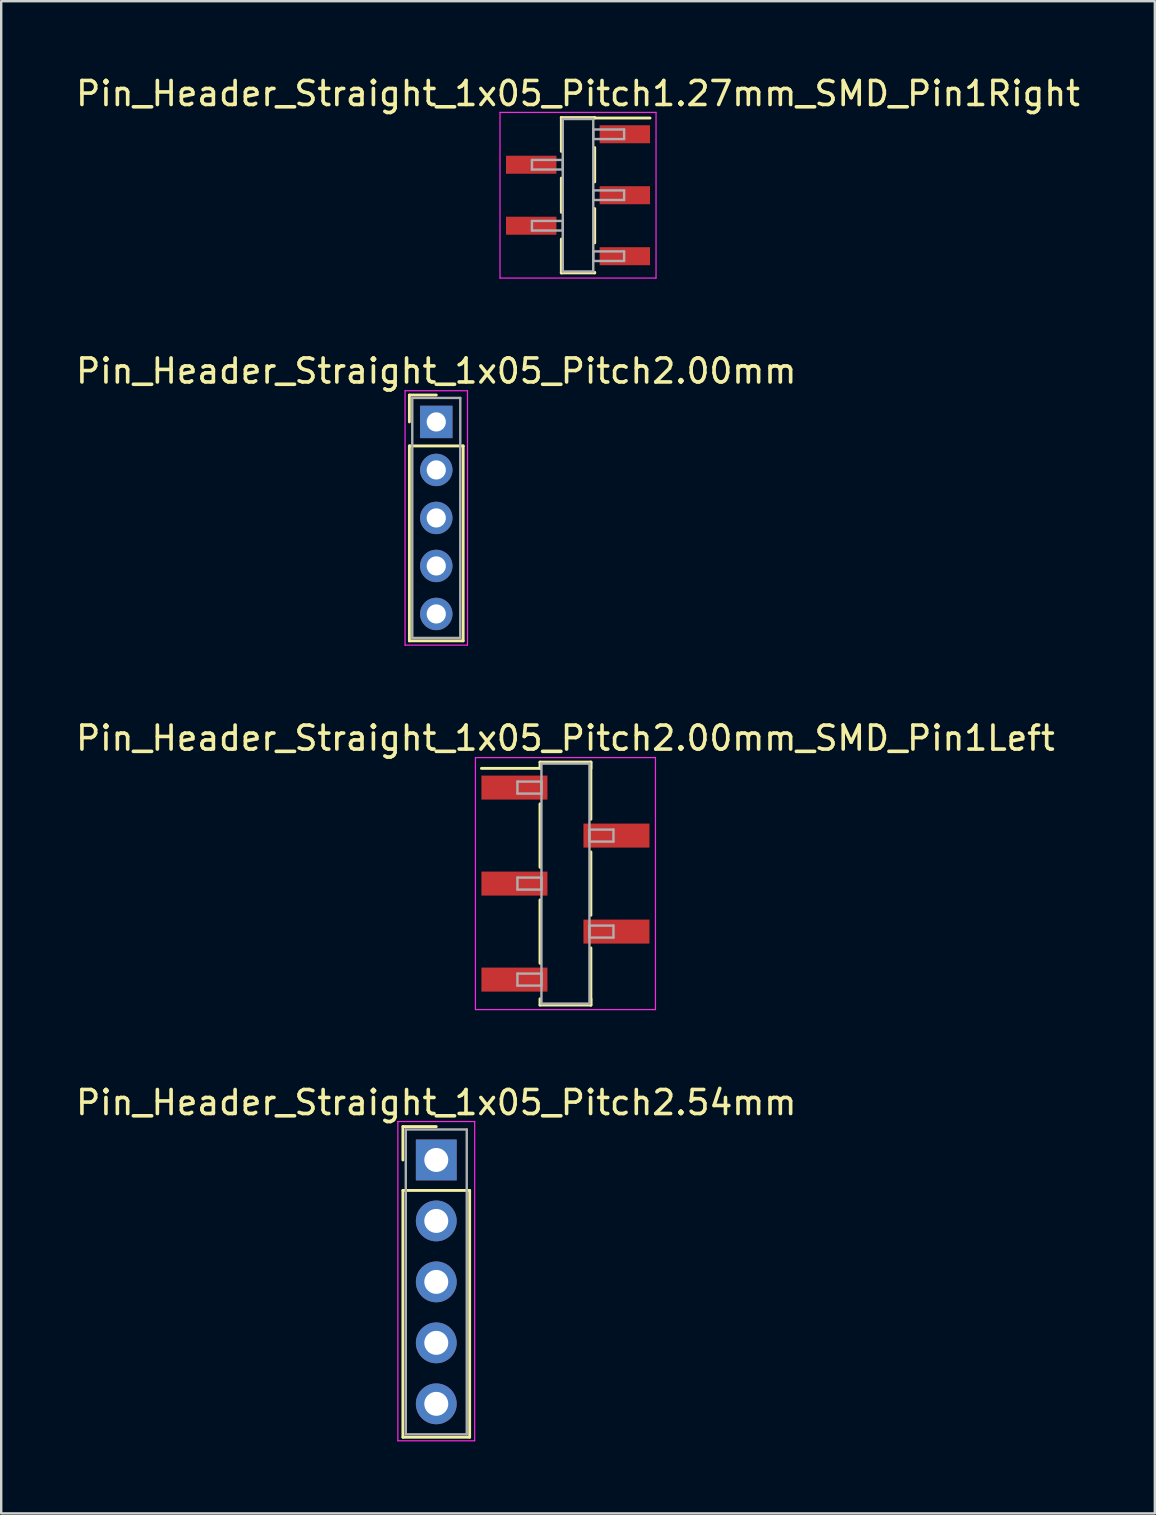
<source format=kicad_pcb>
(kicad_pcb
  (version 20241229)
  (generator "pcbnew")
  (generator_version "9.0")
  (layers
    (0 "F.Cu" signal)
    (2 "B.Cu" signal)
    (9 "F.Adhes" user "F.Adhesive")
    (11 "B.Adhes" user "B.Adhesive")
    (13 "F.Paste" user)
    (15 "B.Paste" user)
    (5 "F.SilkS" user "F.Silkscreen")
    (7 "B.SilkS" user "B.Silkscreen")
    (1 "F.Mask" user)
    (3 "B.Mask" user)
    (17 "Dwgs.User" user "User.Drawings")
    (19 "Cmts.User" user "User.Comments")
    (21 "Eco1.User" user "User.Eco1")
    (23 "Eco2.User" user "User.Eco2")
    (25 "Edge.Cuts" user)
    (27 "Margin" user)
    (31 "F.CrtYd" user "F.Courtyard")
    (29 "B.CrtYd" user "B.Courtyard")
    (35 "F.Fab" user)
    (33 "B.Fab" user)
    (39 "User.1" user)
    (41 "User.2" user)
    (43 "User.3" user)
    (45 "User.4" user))
  (footprint "Pin_Header_Straight_1x05_Pitch2.00mm_SMD_Pin1Left"
    (layer "F.Cu")
    (at 20.506 33.76)
    (property "Reference" "Pin_Header_Straight_1x05_Pitch2.00mm_SMD_Pin1Left" (at 0 -6.06 0) (layer "F.SilkS") (effects (font (size 1 1) (thickness 0.15))))
    (attr smd)
    (fp_line (start -1.06 -5.06) (end 1.06 -5.06) (stroke (width 0.12) (type solid)) (layer "F.SilkS"))
    (fp_line (start -1.06 -4.8) (end -3.5 -4.8) (stroke (width 0.12) (type solid)) (layer "F.SilkS"))
    (fp_line (start -1.06 -4.8) (end -1.06 -5.06) (stroke (width 0.12) (type solid)) (layer "F.SilkS"))
    (fp_line (start -1.06 -3.32) (end -1.06 -0.68) (stroke (width 0.12) (type solid)) (layer "F.SilkS"))
    (fp_line (start -1.06 0.68) (end -1.06 3.32) (stroke (width 0.12) (type solid)) (layer "F.SilkS"))
    (fp_line (start -1.06 4.8) (end -1.06 5.06) (stroke (width 0.12) (type solid)) (layer "F.SilkS"))
    (fp_line (start -1.06 5.06) (end 1.06 5.06) (stroke (width 0.12) (type solid)) (layer "F.SilkS"))
    (fp_line (start 1.06 -5.06) (end 1.06 -4.8) (stroke (width 0.12) (type solid)) (layer "F.SilkS"))
    (fp_line (start 1.06 -5.06) (end 1.06 -2.68) (stroke (width 0.12) (type solid)) (layer "F.SilkS"))
    (fp_line (start 1.06 -1.32) (end 1.06 1.32) (stroke (width 0.12) (type solid)) (layer "F.SilkS"))
    (fp_line (start 1.06 2.68) (end 1.06 5.06) (stroke (width 0.12) (type solid)) (layer "F.SilkS"))
    (fp_line (start 1.06 5.06) (end 1.06 4.8) (stroke (width 0.12) (type solid)) (layer "F.SilkS"))
    (fp_line (start -3.75 -5.25) (end -3.75 5.25) (stroke (width 0.05) (type solid)) (layer "F.CrtYd"))
    (fp_line (start -3.75 5.25) (end 3.75 5.25) (stroke (width 0.05) (type solid)) (layer "F.CrtYd"))
    (fp_line (start 3.75 -5.25) (end -3.75 -5.25) (stroke (width 0.05) (type solid)) (layer "F.CrtYd"))
    (fp_line (start 3.75 5.25) (end 3.75 -5.25) (stroke (width 0.05) (type solid)) (layer "F.CrtYd"))
    (fp_line (start -2 -4.25) (end -1 -4.25) (stroke (width 0.1) (type solid)) (layer "F.Fab"))
    (fp_line (start -2 -3.75) (end -2 -4.25) (stroke (width 0.1) (type solid)) (layer "F.Fab"))
    (fp_line (start -2 -0.25) (end -1 -0.25) (stroke (width 0.1) (type solid)) (layer "F.Fab"))
    (fp_line (start -2 0.25) (end -2 -0.25) (stroke (width 0.1) (type solid)) (layer "F.Fab"))
    (fp_line (start -2 3.75) (end -1 3.75) (stroke (width 0.1) (type solid)) (layer "F.Fab"))
    (fp_line (start -2 4.25) (end -2 3.75) (stroke (width 0.1) (type solid)) (layer "F.Fab"))
    (fp_line (start -1 -5) (end -1 5) (stroke (width 0.1) (type solid)) (layer "F.Fab"))
    (fp_line (start -1 -4.25) (end -1 -3.75) (stroke (width 0.1) (type solid)) (layer "F.Fab"))
    (fp_line (start -1 -3.75) (end -2 -3.75) (stroke (width 0.1) (type solid)) (layer "F.Fab"))
    (fp_line (start -1 -0.25) (end -1 0.25) (stroke (width 0.1) (type solid)) (layer "F.Fab"))
    (fp_line (start -1 0.25) (end -2 0.25) (stroke (width 0.1) (type solid)) (layer "F.Fab"))
    (fp_line (start -1 3.75) (end -1 4.25) (stroke (width 0.1) (type solid)) (layer "F.Fab"))
    (fp_line (start -1 4.25) (end -2 4.25) (stroke (width 0.1) (type solid)) (layer "F.Fab"))
    (fp_line (start -1 5) (end 1 5) (stroke (width 0.1) (type solid)) (layer "F.Fab"))
    (fp_line (start 1 -5) (end -1 -5) (stroke (width 0.1) (type solid)) (layer "F.Fab"))
    (fp_line (start 1 -2.25) (end 1 -1.75) (stroke (width 0.1) (type solid)) (layer "F.Fab"))
    (fp_line (start 1 -1.75) (end 2 -1.75) (stroke (width 0.1) (type solid)) (layer "F.Fab"))
    (fp_line (start 1 1.75) (end 1 2.25) (stroke (width 0.1) (type solid)) (layer "F.Fab"))
    (fp_line (start 1 2.25) (end 2 2.25) (stroke (width 0.1) (type solid)) (layer "F.Fab"))
    (fp_line (start 1 5) (end 1 -5) (stroke (width 0.1) (type solid)) (layer "F.Fab"))
    (fp_line (start 2 -2.25) (end 1 -2.25) (stroke (width 0.1) (type solid)) (layer "F.Fab"))
    (fp_line (start 2 -1.75) (end 2 -2.25) (stroke (width 0.1) (type solid)) (layer "F.Fab"))
    (fp_line (start 2 1.75) (end 1 1.75) (stroke (width 0.1) (type solid)) (layer "F.Fab"))
    (fp_line (start 2 2.25) (end 2 1.75) (stroke (width 0.1) (type solid)) (layer "F.Fab"))
    (pad "1" smd rect (at -2.125 -4) (size 2.75 1) (layers "F.Cu" "F.Mask"))
    (pad "2" smd rect (at 2.125 -2) (size 2.75 1) (layers "F.Cu" "F.Mask"))
    (pad "3" smd rect (at -2.125 0) (size 2.75 1) (layers "F.Cu" "F.Mask"))
    (pad "4" smd rect (at 2.125 2) (size 2.75 1) (layers "F.Cu" "F.Mask"))
    (pad "5" smd rect (at -2.125 4) (size 2.75 1) (layers "F.Cu" "F.Mask")))
  (footprint "Pin_Header_Straight_1x05_Pitch1.27mm_SMD_Pin1Right"
    (layer "F.Cu")
    (at 21.03 5.083)
    (property "Reference" "Pin_Header_Straight_1x05_Pitch1.27mm_SMD_Pin1Right" (at 0 -4.235 0) (layer "F.SilkS") (effects (font (size 1 1) (thickness 0.15))))
    (attr smd)
    (fp_line (start -0.695 -3.235) (end -0.695 -1.825) (stroke (width 0.12) (type solid)) (layer "F.SilkS"))
    (fp_line (start -0.695 -3.235) (end 0.695 -3.235) (stroke (width 0.12) (type solid)) (layer "F.SilkS"))
    (fp_line (start -0.695 -3.215) (end -0.695 -3.235) (stroke (width 0.12) (type solid)) (layer "F.SilkS"))
    (fp_line (start -0.695 -0.715) (end -0.695 0.715) (stroke (width 0.12) (type solid)) (layer "F.SilkS"))
    (fp_line (start -0.695 1.825) (end -0.695 3.235) (stroke (width 0.12) (type solid)) (layer "F.SilkS"))
    (fp_line (start -0.695 3.215) (end -0.695 3.235) (stroke (width 0.12) (type solid)) (layer "F.SilkS"))
    (fp_line (start -0.695 3.235) (end 0.695 3.235) (stroke (width 0.12) (type solid)) (layer "F.SilkS"))
    (fp_line (start 0.695 -3.235) (end 0.695 -3.215) (stroke (width 0.12) (type solid)) (layer "F.SilkS"))
    (fp_line (start 0.695 -3.215) (end 3 -3.215) (stroke (width 0.12) (type solid)) (layer "F.SilkS"))
    (fp_line (start 0.695 -1.985) (end 0.695 -0.555) (stroke (width 0.12) (type solid)) (layer "F.SilkS"))
    (fp_line (start 0.695 0.555) (end 0.695 1.985) (stroke (width 0.12) (type solid)) (layer "F.SilkS"))
    (fp_line (start 0.695 3.235) (end 0.695 3.215) (stroke (width 0.12) (type solid)) (layer "F.SilkS"))
    (fp_line (start -3.25 -3.45) (end -3.25 3.45) (stroke (width 0.05) (type solid)) (layer "F.CrtYd"))
    (fp_line (start -3.25 3.45) (end 3.25 3.45) (stroke (width 0.05) (type solid)) (layer "F.CrtYd"))
    (fp_line (start 3.25 -3.45) (end -3.25 -3.45) (stroke (width 0.05) (type solid)) (layer "F.CrtYd"))
    (fp_line (start 3.25 3.45) (end 3.25 -3.45) (stroke (width 0.05) (type solid)) (layer "F.CrtYd"))
    (fp_line (start -1.92 -1.47) (end -0.635 -1.47) (stroke (width 0.1) (type solid)) (layer "F.Fab"))
    (fp_line (start -1.92 -1.07) (end -1.92 -1.47) (stroke (width 0.1) (type solid)) (layer "F.Fab"))
    (fp_line (start -1.92 1.07) (end -0.635 1.07) (stroke (width 0.1) (type solid)) (layer "F.Fab"))
    (fp_line (start -1.92 1.47) (end -1.92 1.07) (stroke (width 0.1) (type solid)) (layer "F.Fab"))
    (fp_line (start -0.635 -3.175) (end -0.635 3.175) (stroke (width 0.1) (type solid)) (layer "F.Fab"))
    (fp_line (start -0.635 -1.47) (end -0.635 -1.07) (stroke (width 0.1) (type solid)) (layer "F.Fab"))
    (fp_line (start -0.635 -1.07) (end -1.92 -1.07) (stroke (width 0.1) (type solid)) (layer "F.Fab"))
    (fp_line (start -0.635 1.07) (end -0.635 1.47) (stroke (width 0.1) (type solid)) (layer "F.Fab"))
    (fp_line (start -0.635 1.47) (end -1.92 1.47) (stroke (width 0.1) (type solid)) (layer "F.Fab"))
    (fp_line (start -0.635 3.175) (end 0.635 3.175) (stroke (width 0.1) (type solid)) (layer "F.Fab"))
    (fp_line (start 0.635 -3.175) (end -0.635 -3.175) (stroke (width 0.1) (type solid)) (layer "F.Fab"))
    (fp_line (start 0.635 -2.74) (end 0.635 -2.34) (stroke (width 0.1) (type solid)) (layer "F.Fab"))
    (fp_line (start 0.635 -2.34) (end 1.92 -2.34) (stroke (width 0.1) (type solid)) (layer "F.Fab"))
    (fp_line (start 0.635 -0.2) (end 0.635 0.2) (stroke (width 0.1) (type solid)) (layer "F.Fab"))
    (fp_line (start 0.635 0.2) (end 1.92 0.2) (stroke (width 0.1) (type solid)) (layer "F.Fab"))
    (fp_line (start 0.635 2.34) (end 0.635 2.74) (stroke (width 0.1) (type solid)) (layer "F.Fab"))
    (fp_line (start 0.635 2.74) (end 1.92 2.74) (stroke (width 0.1) (type solid)) (layer "F.Fab"))
    (fp_line (start 0.635 3.175) (end 0.635 -3.175) (stroke (width 0.1) (type solid)) (layer "F.Fab"))
    (fp_line (start 1.92 -2.74) (end 0.635 -2.74) (stroke (width 0.1) (type solid)) (layer "F.Fab"))
    (fp_line (start 1.92 -2.34) (end 1.92 -2.74) (stroke (width 0.1) (type solid)) (layer "F.Fab"))
    (fp_line (start 1.92 -0.2) (end 0.635 -0.2) (stroke (width 0.1) (type solid)) (layer "F.Fab"))
    (fp_line (start 1.92 0.2) (end 1.92 -0.2) (stroke (width 0.1) (type solid)) (layer "F.Fab"))
    (fp_line (start 1.92 2.34) (end 0.635 2.34) (stroke (width 0.1) (type solid)) (layer "F.Fab"))
    (fp_line (start 1.92 2.74) (end 1.92 2.34) (stroke (width 0.1) (type solid)) (layer "F.Fab"))
    (pad "1" smd rect (at 1.95 -2.54) (size 2.1 0.75) (layers "F.Cu" "F.Mask"))
    (pad "2" smd rect (at -1.95 -1.27) (size 2.1 0.75) (layers "F.Cu" "F.Mask"))
    (pad "3" smd rect (at 1.95 0) (size 2.1 0.75) (layers "F.Cu" "F.Mask"))
    (pad "4" smd rect (at -1.95 1.27) (size 2.1 0.75) (layers "F.Cu" "F.Mask"))
    (pad "5" smd rect (at 1.95 2.54) (size 2.1 0.75) (layers "F.Cu" "F.Mask")))
  (footprint "Pin_Header_Straight_1x05_Pitch2.00mm"
    (layer "F.Cu")
    (at 15.125 14.527)
    (property "Reference" "Pin_Header_Straight_1x05_Pitch2.00mm" (at 0 -2.12 0) (layer "F.SilkS") (effects (font (size 1 1) (thickness 0.15))))
    (attr through_hole)
    (fp_line (start -1.12 -1.12) (end 0 -1.12) (stroke (width 0.12) (type solid)) (layer "F.SilkS"))
    (fp_line (start -1.12 0) (end -1.12 -1.12) (stroke (width 0.12) (type solid)) (layer "F.SilkS"))
    (fp_line (start -1.12 1) (end -1.12 9.12) (stroke (width 0.12) (type solid)) (layer "F.SilkS"))
    (fp_line (start -1.12 9.12) (end 1.12 9.12) (stroke (width 0.12) (type solid)) (layer "F.SilkS"))
    (fp_line (start 1.12 1) (end -1.12 1) (stroke (width 0.12) (type solid)) (layer "F.SilkS"))
    (fp_line (start 1.12 9.12) (end 1.12 1) (stroke (width 0.12) (type solid)) (layer "F.SilkS"))
    (fp_line (start -1.3 -1.3) (end -1.3 9.3) (stroke (width 0.05) (type solid)) (layer "F.CrtYd"))
    (fp_line (start -1.3 9.3) (end 1.3 9.3) (stroke (width 0.05) (type solid)) (layer "F.CrtYd"))
    (fp_line (start 1.3 -1.3) (end -1.3 -1.3) (stroke (width 0.05) (type solid)) (layer "F.CrtYd"))
    (fp_line (start 1.3 9.3) (end 1.3 -1.3) (stroke (width 0.05) (type solid)) (layer "F.CrtYd"))
    (fp_line (start -1 -1) (end -1 9) (stroke (width 0.1) (type solid)) (layer "F.Fab"))
    (fp_line (start -1 9) (end 1 9) (stroke (width 0.1) (type solid)) (layer "F.Fab"))
    (fp_line (start 1 -1) (end -1 -1) (stroke (width 0.1) (type solid)) (layer "F.Fab"))
    (fp_line (start 1 9) (end 1 -1) (stroke (width 0.1) (type solid)) (layer "F.Fab"))
    (pad "1" thru_hole rect (at 0 0) (size 1.35 1.35) (drill 0.8) (layers "*.Cu" "*.Mask"))
    (pad "2" thru_hole oval (at 0 2) (size 1.35 1.35) (drill 0.8) (layers "*.Cu" "*.Mask"))
    (pad "3" thru_hole oval (at 0 4) (size 1.35 1.35) (drill 0.8) (layers "*.Cu" "*.Mask"))
    (pad "4" thru_hole oval (at 0 6) (size 1.35 1.35) (drill 0.8) (layers "*.Cu" "*.Mask"))
    (pad "5" thru_hole oval (at 0 8) (size 1.35 1.35) (drill 0.8) (layers "*.Cu" "*.Mask")))
  (footprint "Pin_Header_Straight_1x05_Pitch2.54mm"
    (layer "F.Cu")
    (at 15.125 45.273)
    (property "Reference" "Pin_Header_Straight_1x05_Pitch2.54mm" (at 0 -2.39 0) (layer "F.SilkS") (effects (font (size 1 1) (thickness 0.15))))
    (attr through_hole)
    (fp_line (start -1.39 -1.39) (end 0 -1.39) (stroke (width 0.12) (type solid)) (layer "F.SilkS"))
    (fp_line (start -1.39 0) (end -1.39 -1.39) (stroke (width 0.12) (type solid)) (layer "F.SilkS"))
    (fp_line (start -1.39 1.27) (end -1.39 11.55) (stroke (width 0.12) (type solid)) (layer "F.SilkS"))
    (fp_line (start -1.39 11.55) (end 1.39 11.55) (stroke (width 0.12) (type solid)) (layer "F.SilkS"))
    (fp_line (start 1.39 1.27) (end -1.39 1.27) (stroke (width 0.12) (type solid)) (layer "F.SilkS"))
    (fp_line (start 1.39 11.55) (end 1.39 1.27) (stroke (width 0.12) (type solid)) (layer "F.SilkS"))
    (fp_line (start -1.6 -1.6) (end -1.6 11.7) (stroke (width 0.05) (type solid)) (layer "F.CrtYd"))
    (fp_line (start -1.6 11.7) (end 1.6 11.7) (stroke (width 0.05) (type solid)) (layer "F.CrtYd"))
    (fp_line (start 1.6 -1.6) (end -1.6 -1.6) (stroke (width 0.05) (type solid)) (layer "F.CrtYd"))
    (fp_line (start 1.6 11.7) (end 1.6 -1.6) (stroke (width 0.05) (type solid)) (layer "F.CrtYd"))
    (fp_line (start -1.27 -1.27) (end -1.27 11.43) (stroke (width 0.1) (type solid)) (layer "F.Fab"))
    (fp_line (start -1.27 11.43) (end 1.27 11.43) (stroke (width 0.1) (type solid)) (layer "F.Fab"))
    (fp_line (start 1.27 -1.27) (end -1.27 -1.27) (stroke (width 0.1) (type solid)) (layer "F.Fab"))
    (fp_line (start 1.27 11.43) (end 1.27 -1.27) (stroke (width 0.1) (type solid)) (layer "F.Fab"))
    (pad "1" thru_hole rect (at 0 0) (size 1.7 1.7) (drill 1) (layers "*.Cu" "*.Mask"))
    (pad "2" thru_hole oval (at 0 2.54) (size 1.7 1.7) (drill 1) (layers "*.Cu" "*.Mask"))
    (pad "3" thru_hole oval (at 0 5.08) (size 1.7 1.7) (drill 1) (layers "*.Cu" "*.Mask"))
    (pad "4" thru_hole oval (at 0 7.62) (size 1.7 1.7) (drill 1) (layers "*.Cu" "*.Mask"))
    (pad "5" thru_hole oval (at 0 10.16) (size 1.7 1.7) (drill 1) (layers "*.Cu" "*.Mask")))
  (gr_rect
    (start -3 -3)
    (end 45.06 59.998)
    (stroke (width 0.1) (type default))
    (fill no)
    (layer "Edge.Cuts")))
</source>
